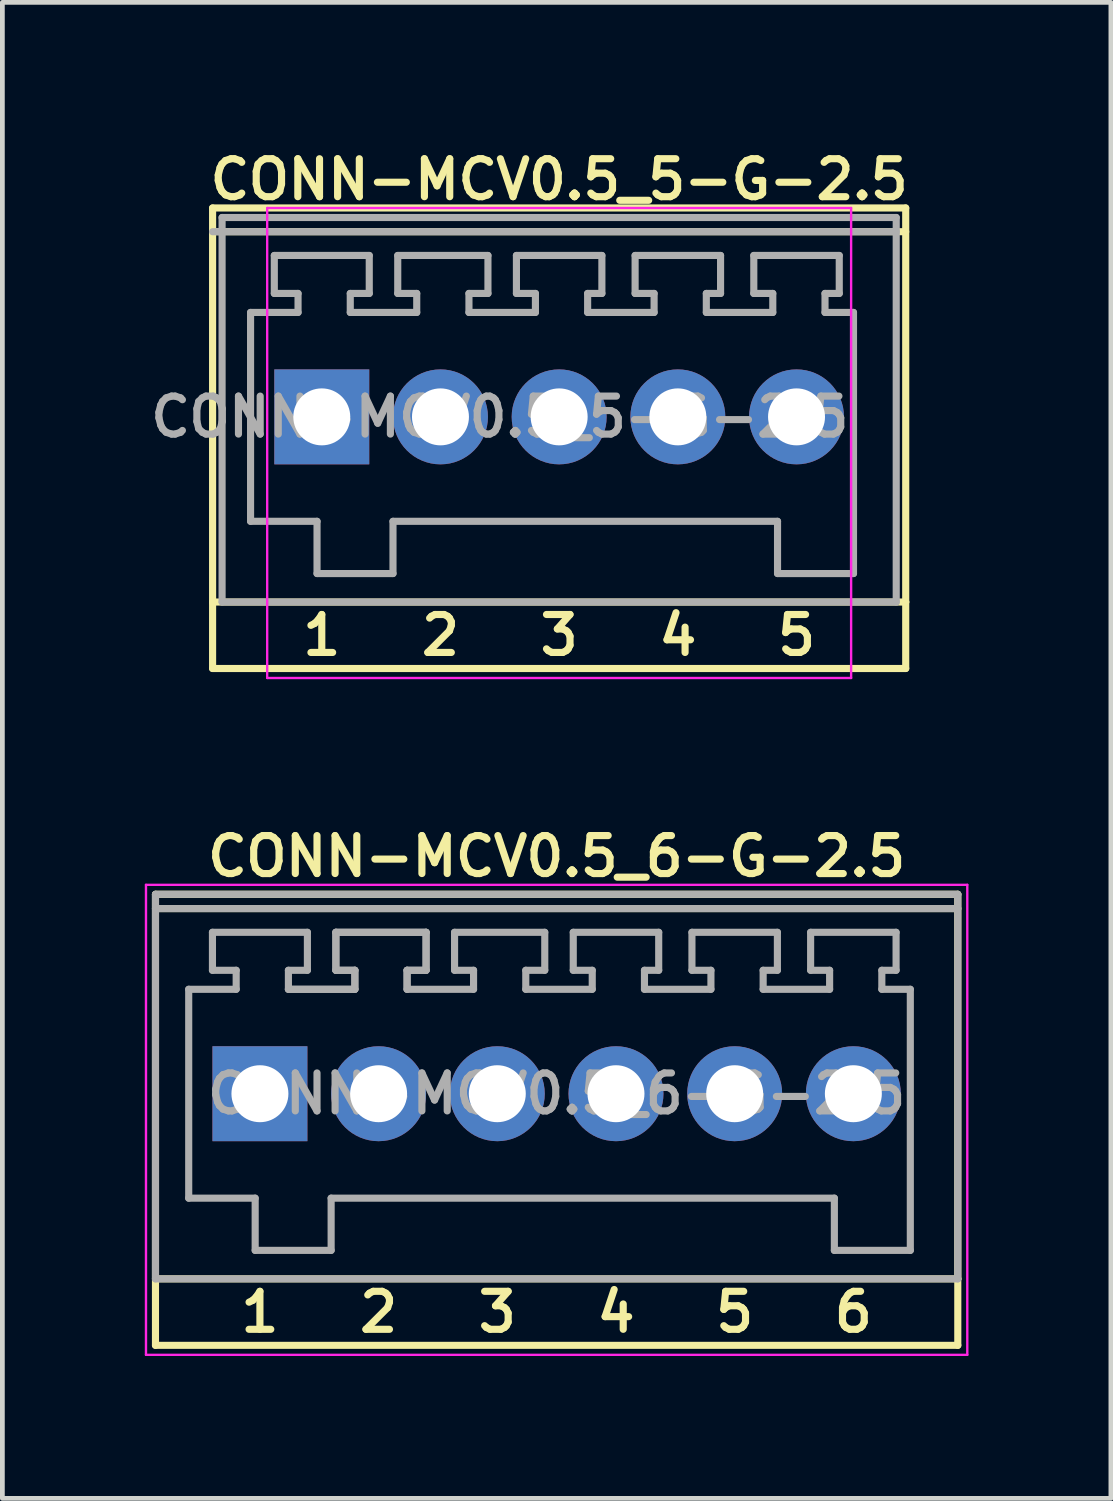
<source format=kicad_pcb>
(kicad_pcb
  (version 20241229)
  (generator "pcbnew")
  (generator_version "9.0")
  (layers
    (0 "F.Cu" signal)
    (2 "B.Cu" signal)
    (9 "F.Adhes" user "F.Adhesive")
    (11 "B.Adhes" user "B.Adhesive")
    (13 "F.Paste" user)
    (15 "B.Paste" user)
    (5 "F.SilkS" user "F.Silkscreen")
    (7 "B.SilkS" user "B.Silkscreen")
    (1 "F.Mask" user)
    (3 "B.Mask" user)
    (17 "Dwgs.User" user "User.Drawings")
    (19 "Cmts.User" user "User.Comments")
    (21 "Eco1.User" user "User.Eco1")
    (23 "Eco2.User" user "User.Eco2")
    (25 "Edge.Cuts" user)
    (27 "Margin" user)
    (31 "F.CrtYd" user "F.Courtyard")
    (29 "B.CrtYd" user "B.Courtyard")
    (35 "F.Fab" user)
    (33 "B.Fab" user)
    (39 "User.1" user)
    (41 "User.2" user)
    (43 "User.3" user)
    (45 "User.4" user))
  (footprint "CONN-MCV0.5_5-G-2.5"
    (layer "F.Cu")
    (at 8.728 5.731)
    (property "Reference" "CONN-MCV0.5_5-G-2.5" (at 0 -5 0) (layer "F.SilkS") (effects (font (size 0.8 0.8) (thickness 0.15))))
    (attr through_hole)
    (fp_line (start -7.3 -4.4) (end -7.3 3.9) (stroke (width 0.15) (type solid)) (layer "F.SilkS"))
    (fp_line (start -7.3 -3.9) (end 7.3 -3.9) (stroke (width 0.15) (type solid)) (layer "F.SilkS"))
    (fp_line (start -7.3 3.9) (end -7.3 5.3) (stroke (width 0.15) (type solid)) (layer "F.SilkS"))
    (fp_line (start -7.3 3.9) (end 7.3 3.9) (stroke (width 0.15) (type solid)) (layer "F.SilkS"))
    (fp_line (start -7.3 5.3) (end 7.3 5.3) (stroke (width 0.15) (type solid)) (layer "F.SilkS"))
    (fp_line (start 7.3 -4.4) (end -7.3 -4.4) (stroke (width 0.15) (type solid)) (layer "F.SilkS"))
    (fp_line (start 7.3 3.9) (end 7.3 -4.4) (stroke (width 0.15) (type solid)) (layer "F.SilkS"))
    (fp_line (start 7.3 5.3) (end 7.3 3.9) (stroke (width 0.15) (type solid)) (layer "F.SilkS"))
    (fp_line (start -6.15 -4.4) (end 6.15 -4.4) (stroke (width 0.05) (type solid)) (layer "F.CrtYd"))
    (fp_line (start -6.15 5.5) (end -6.15 -4.4) (stroke (width 0.05) (type solid)) (layer "F.CrtYd"))
    (fp_line (start 6.15 -4.4) (end 6.15 5.5) (stroke (width 0.05) (type solid)) (layer "F.CrtYd"))
    (fp_line (start 6.15 5.5) (end -6.15 5.5) (stroke (width 0.05) (type solid)) (layer "F.CrtYd"))
    (fp_line (start -7.3 -3.9) (end 7.1 -3.9) (stroke (width 0.15) (type solid)) (layer "F.Fab"))
    (fp_line (start -7.1 -4.2) (end -7.1 3.9) (stroke (width 0.15) (type solid)) (layer "F.Fab"))
    (fp_line (start -7.1 3.9) (end 7.1 3.9) (stroke (width 0.15) (type solid)) (layer "F.Fab"))
    (fp_line (start -6.5 -2.2) (end -5.5 -2.2) (stroke (width 0.15) (type solid)) (layer "F.Fab"))
    (fp_line (start -6.5 2.2) (end -6.5 -2.2) (stroke (width 0.15) (type solid)) (layer "F.Fab"))
    (fp_line (start -6 -3.4) (end -4 -3.4) (stroke (width 0.15) (type solid)) (layer "F.Fab"))
    (fp_line (start -6 -2.6) (end -6 -3.4) (stroke (width 0.15) (type solid)) (layer "F.Fab"))
    (fp_line (start -5.5 -2.6) (end -6 -2.6) (stroke (width 0.15) (type solid)) (layer "F.Fab"))
    (fp_line (start -5.5 -2.2) (end -5.5 -2.6) (stroke (width 0.15) (type solid)) (layer "F.Fab"))
    (fp_line (start -5.1 2.2) (end -6.5 2.2) (stroke (width 0.15) (type solid)) (layer "F.Fab"))
    (fp_line (start -5.1 3.3) (end -5.1 2.2) (stroke (width 0.15) (type solid)) (layer "F.Fab"))
    (fp_line (start -4.4 -2.6) (end -4.4 -2.2) (stroke (width 0.15) (type solid)) (layer "F.Fab"))
    (fp_line (start -4.4 -2.2) (end -3 -2.2) (stroke (width 0.15) (type solid)) (layer "F.Fab"))
    (fp_line (start -4 -3.4) (end -4 -2.6) (stroke (width 0.15) (type solid)) (layer "F.Fab"))
    (fp_line (start -4 -2.6) (end -4.4 -2.6) (stroke (width 0.15) (type solid)) (layer "F.Fab"))
    (fp_line (start -3.5 2.2) (end -3.5 3.3) (stroke (width 0.15) (type solid)) (layer "F.Fab"))
    (fp_line (start -3.5 2.2) (end 4.6 2.2) (stroke (width 0.15) (type solid)) (layer "F.Fab"))
    (fp_line (start -3.5 3.3) (end -5.1 3.3) (stroke (width 0.15) (type solid)) (layer "F.Fab"))
    (fp_line (start -3.4 -3.4) (end -1.5 -3.4) (stroke (width 0.15) (type solid)) (layer "F.Fab"))
    (fp_line (start -3.4 -2.6) (end -3.4 -3.4) (stroke (width 0.15) (type solid)) (layer "F.Fab"))
    (fp_line (start -3 -2.6) (end -3.4 -2.6) (stroke (width 0.15) (type solid)) (layer "F.Fab"))
    (fp_line (start -3 -2.2) (end -3 -2.6) (stroke (width 0.15) (type solid)) (layer "F.Fab"))
    (fp_line (start -1.9 -2.6) (end -1.9 -2.2) (stroke (width 0.15) (type solid)) (layer "F.Fab"))
    (fp_line (start -1.9 -2.2) (end -0.5 -2.2) (stroke (width 0.15) (type solid)) (layer "F.Fab"))
    (fp_line (start -1.5 -3.4) (end -1.5 -2.6) (stroke (width 0.15) (type solid)) (layer "F.Fab"))
    (fp_line (start -1.5 -2.6) (end -1.9 -2.6) (stroke (width 0.15) (type solid)) (layer "F.Fab"))
    (fp_line (start -0.9 -3.4) (end 0.9 -3.4) (stroke (width 0.15) (type solid)) (layer "F.Fab"))
    (fp_line (start -0.9 -2.6) (end -0.9 -3.4) (stroke (width 0.15) (type solid)) (layer "F.Fab"))
    (fp_line (start -0.5 -2.6) (end -0.9 -2.6) (stroke (width 0.15) (type solid)) (layer "F.Fab"))
    (fp_line (start -0.5 -2.2) (end -0.5 -2.6) (stroke (width 0.15) (type solid)) (layer "F.Fab"))
    (fp_line (start 0.6 -2.6) (end 0.9 -2.6) (stroke (width 0.15) (type solid)) (layer "F.Fab"))
    (fp_line (start 0.6 -2.2) (end 0.6 -2.6) (stroke (width 0.15) (type solid)) (layer "F.Fab"))
    (fp_line (start 0.6 -2.2) (end 2 -2.2) (stroke (width 0.15) (type solid)) (layer "F.Fab"))
    (fp_line (start 0.9 -2.6) (end 0.9 -3.4) (stroke (width 0.15) (type solid)) (layer "F.Fab"))
    (fp_line (start 1.6 -3.4) (end 3.4 -3.4) (stroke (width 0.15) (type solid)) (layer "F.Fab"))
    (fp_line (start 1.6 -2.6) (end 1.6 -3.4) (stroke (width 0.15) (type solid)) (layer "F.Fab"))
    (fp_line (start 2 -2.6) (end 1.6 -2.6) (stroke (width 0.15) (type solid)) (layer "F.Fab"))
    (fp_line (start 2 -2.2) (end 2 -2.6) (stroke (width 0.15) (type solid)) (layer "F.Fab"))
    (fp_line (start 3.1 -2.6) (end 3.4 -2.6) (stroke (width 0.15) (type solid)) (layer "F.Fab"))
    (fp_line (start 3.1 -2.2) (end 3.1 -2.6) (stroke (width 0.15) (type solid)) (layer "F.Fab"))
    (fp_line (start 3.1 -2.2) (end 4.5 -2.2) (stroke (width 0.15) (type solid)) (layer "F.Fab"))
    (fp_line (start 3.4 -2.6) (end 3.4 -3.4) (stroke (width 0.15) (type solid)) (layer "F.Fab"))
    (fp_line (start 4.1 -3.4) (end 5.9 -3.4) (stroke (width 0.15) (type solid)) (layer "F.Fab"))
    (fp_line (start 4.1 -2.6) (end 4.1 -3.4) (stroke (width 0.15) (type solid)) (layer "F.Fab"))
    (fp_line (start 4.5 -2.6) (end 4.1 -2.6) (stroke (width 0.15) (type solid)) (layer "F.Fab"))
    (fp_line (start 4.5 -2.2) (end 4.5 -2.6) (stroke (width 0.15) (type solid)) (layer "F.Fab"))
    (fp_line (start 4.6 3.3) (end 4.6 2.2) (stroke (width 0.15) (type solid)) (layer "F.Fab"))
    (fp_line (start 5.6 -2.6) (end 5.9 -2.6) (stroke (width 0.15) (type solid)) (layer "F.Fab"))
    (fp_line (start 5.6 -2.2) (end 5.6 -2.6) (stroke (width 0.15) (type solid)) (layer "F.Fab"))
    (fp_line (start 5.9 -2.6) (end 5.9 -3.4) (stroke (width 0.15) (type solid)) (layer "F.Fab"))
    (fp_line (start 6.2 -2.2) (end 5.6 -2.2) (stroke (width 0.15) (type solid)) (layer "F.Fab"))
    (fp_line (start 6.2 -2.2) (end 6.2 3.3) (stroke (width 0.15) (type solid)) (layer "F.Fab"))
    (fp_line (start 6.2 3.3) (end 4.6 3.3) (stroke (width 0.15) (type solid)) (layer "F.Fab"))
    (fp_line (start 7.1 -4.2) (end -7.1 -4.2) (stroke (width 0.15) (type solid)) (layer "F.Fab"))
    (fp_line (start 7.1 3.9) (end 7.1 -4.2) (stroke (width 0.15) (type solid)) (layer "F.Fab"))
    (fp_text user "2" (at -2.5 4.6 0) (layer "F.SilkS") (effects (font (size 0.8 0.8) (thickness 0.15))))
    (fp_text user "3" (at 0 4.6 0) (layer "F.SilkS") (effects (font (size 0.8 0.8) (thickness 0.15))))
    (fp_text user "4" (at 2.5 4.6 0) (layer "F.SilkS") (effects (font (size 0.8 0.8) (thickness 0.15))))
    (fp_text user "5" (at 5 4.6 0) (layer "F.SilkS") (effects (font (size 0.8 0.8) (thickness 0.15))))
    (fp_text user "1" (at -5 4.6 0) (layer "F.SilkS") (effects (font (size 0.8 0.8) (thickness 0.15))))
    (fp_text user "${REFERENCE}" (at -1.25 0 0) (layer "F.Fab") (effects (font (size 0.8 0.8) (thickness 0.15))))
    (pad "1" thru_hole rect (at -5 0) (size 2 2) (drill 1.2) (layers "*.Cu" "*.Mask"))
    (pad "2" thru_hole circle (at -2.5 0) (size 2 2) (drill 1.2) (layers "*.Cu" "*.Mask"))
    (pad "3" thru_hole circle (at 0 0) (size 2 2) (drill 1.2) (layers "*.Cu" "*.Mask"))
    (pad "4" thru_hole circle (at 2.5 0) (size 2 2) (drill 1.2) (layers "*.Cu" "*.Mask"))
    (pad "5" thru_hole circle (at 5 0) (size 2 2) (drill 1.2) (layers "*.Cu" "*.Mask")))
  (footprint "CONN-MCV0.5_6-G-2.5"
    (layer "F.Cu")
    (at 8.675 19.988)
    (property "Reference" "CONN-MCV0.5_6-G-2.5" (at 0 -5 0) (layer "F.SilkS") (effects (font (size 0.8 0.8) (thickness 0.15))))
    (attr through_hole)
    (fp_line (start -8.45 -4.2) (end -8.45 3.9) (stroke (width 0.15) (type solid)) (layer "F.SilkS"))
    (fp_line (start -8.45 -3.9) (end 8.45 -3.9) (stroke (width 0.15) (type solid)) (layer "F.SilkS"))
    (fp_line (start -8.45 3.9) (end -8.45 5.3) (stroke (width 0.15) (type solid)) (layer "F.SilkS"))
    (fp_line (start -8.45 5.3) (end 8.45 5.3) (stroke (width 0.15) (type solid)) (layer "F.SilkS"))
    (fp_line (start -8.4 3.9) (end 8.45 3.9) (stroke (width 0.15) (type solid)) (layer "F.SilkS"))
    (fp_line (start 8.45 -4.2) (end -8.45 -4.2) (stroke (width 0.15) (type solid)) (layer "F.SilkS"))
    (fp_line (start 8.45 3.9) (end 8.45 -4.2) (stroke (width 0.15) (type solid)) (layer "F.SilkS"))
    (fp_line (start 8.45 5.3) (end 8.45 3.9) (stroke (width 0.15) (type solid)) (layer "F.SilkS"))
    (fp_line (start -8.65 -4.4) (end 8.65 -4.4) (stroke (width 0.05) (type solid)) (layer "F.CrtYd"))
    (fp_line (start -8.65 5.5) (end -8.65 -4.4) (stroke (width 0.05) (type solid)) (layer "F.CrtYd"))
    (fp_line (start 8.65 -4.4) (end 8.65 5.5) (stroke (width 0.05) (type solid)) (layer "F.CrtYd"))
    (fp_line (start 8.65 5.5) (end -8.65 5.5) (stroke (width 0.05) (type solid)) (layer "F.CrtYd"))
    (fp_line (start -8.45 -4.2) (end -8.45 3.9) (stroke (width 0.15) (type solid)) (layer "F.Fab"))
    (fp_line (start -8.45 -3.9) (end 8.45 -3.9) (stroke (width 0.15) (type solid)) (layer "F.Fab"))
    (fp_line (start -8.45 3.9) (end 8.45 3.9) (stroke (width 0.15) (type solid)) (layer "F.Fab"))
    (fp_line (start -7.75 -2.2) (end -6.75 -2.2) (stroke (width 0.15) (type solid)) (layer "F.Fab"))
    (fp_line (start -7.75 2.2) (end -7.75 -2.2) (stroke (width 0.15) (type solid)) (layer "F.Fab"))
    (fp_line (start -7.25 -3.4) (end -5.25 -3.4) (stroke (width 0.15) (type solid)) (layer "F.Fab"))
    (fp_line (start -7.25 -2.6) (end -7.25 -3.4) (stroke (width 0.15) (type solid)) (layer "F.Fab"))
    (fp_line (start -6.75 -2.6) (end -7.25 -2.6) (stroke (width 0.15) (type solid)) (layer "F.Fab"))
    (fp_line (start -6.75 -2.2) (end -6.75 -2.6) (stroke (width 0.15) (type solid)) (layer "F.Fab"))
    (fp_line (start -6.35 2.2) (end -7.75 2.2) (stroke (width 0.15) (type solid)) (layer "F.Fab"))
    (fp_line (start -6.35 3.3) (end -6.35 2.2) (stroke (width 0.15) (type solid)) (layer "F.Fab"))
    (fp_line (start -5.65 -2.6) (end -5.65 -2.2) (stroke (width 0.15) (type solid)) (layer "F.Fab"))
    (fp_line (start -5.65 -2.2) (end -4.25 -2.2) (stroke (width 0.15) (type solid)) (layer "F.Fab"))
    (fp_line (start -5.65 -2.2) (end -4.25 -2.2) (stroke (width 0.15) (type solid)) (layer "F.Fab"))
    (fp_line (start -5.25 -3.4) (end -5.25 -2.6) (stroke (width 0.15) (type solid)) (layer "F.Fab"))
    (fp_line (start -5.25 -2.6) (end -5.65 -2.6) (stroke (width 0.15) (type solid)) (layer "F.Fab"))
    (fp_line (start -4.75 2.2) (end -4.75 3.3) (stroke (width 0.15) (type solid)) (layer "F.Fab"))
    (fp_line (start -4.75 2.2) (end 5.85 2.2) (stroke (width 0.15) (type solid)) (layer "F.Fab"))
    (fp_line (start -4.75 3.3) (end -6.35 3.3) (stroke (width 0.15) (type solid)) (layer "F.Fab"))
    (fp_line (start -4.65 -3.4) (end -2.75 -3.4) (stroke (width 0.15) (type solid)) (layer "F.Fab"))
    (fp_line (start -4.65 -3.4) (end -2.75 -3.4) (stroke (width 0.15) (type solid)) (layer "F.Fab"))
    (fp_line (start -4.65 -2.6) (end -4.65 -3.4) (stroke (width 0.15) (type solid)) (layer "F.Fab"))
    (fp_line (start -4.65 -2.6) (end -4.65 -3.4) (stroke (width 0.15) (type solid)) (layer "F.Fab"))
    (fp_line (start -4.25 -2.6) (end -4.65 -2.6) (stroke (width 0.15) (type solid)) (layer "F.Fab"))
    (fp_line (start -4.25 -2.6) (end -4.65 -2.6) (stroke (width 0.15) (type solid)) (layer "F.Fab"))
    (fp_line (start -4.25 -2.2) (end -4.25 -2.6) (stroke (width 0.15) (type solid)) (layer "F.Fab"))
    (fp_line (start -4.25 -2.2) (end -4.25 -2.6) (stroke (width 0.15) (type solid)) (layer "F.Fab"))
    (fp_line (start -3.15 -2.6) (end -3.15 -2.2) (stroke (width 0.15) (type solid)) (layer "F.Fab"))
    (fp_line (start -3.15 -2.6) (end -3.15 -2.2) (stroke (width 0.15) (type solid)) (layer "F.Fab"))
    (fp_line (start -3.15 -2.2) (end -1.75 -2.2) (stroke (width 0.15) (type solid)) (layer "F.Fab"))
    (fp_line (start -2.75 -3.4) (end -2.75 -2.6) (stroke (width 0.15) (type solid)) (layer "F.Fab"))
    (fp_line (start -2.75 -3.4) (end -2.75 -2.6) (stroke (width 0.15) (type solid)) (layer "F.Fab"))
    (fp_line (start -2.75 -2.6) (end -3.15 -2.6) (stroke (width 0.15) (type solid)) (layer "F.Fab"))
    (fp_line (start -2.75 -2.6) (end -3.15 -2.6) (stroke (width 0.15) (type solid)) (layer "F.Fab"))
    (fp_line (start -2.15 -3.4) (end -0.25 -3.4) (stroke (width 0.15) (type solid)) (layer "F.Fab"))
    (fp_line (start -2.15 -2.6) (end -2.15 -3.4) (stroke (width 0.15) (type solid)) (layer "F.Fab"))
    (fp_line (start -1.75 -2.6) (end -2.15 -2.6) (stroke (width 0.15) (type solid)) (layer "F.Fab"))
    (fp_line (start -1.75 -2.2) (end -1.75 -2.6) (stroke (width 0.15) (type solid)) (layer "F.Fab"))
    (fp_line (start -0.65 -2.6) (end -0.65 -2.2) (stroke (width 0.15) (type solid)) (layer "F.Fab"))
    (fp_line (start -0.65 -2.2) (end 0.75 -2.2) (stroke (width 0.15) (type solid)) (layer "F.Fab"))
    (fp_line (start -0.25 -3.4) (end -0.25 -2.6) (stroke (width 0.15) (type solid)) (layer "F.Fab"))
    (fp_line (start -0.25 -2.6) (end -0.65 -2.6) (stroke (width 0.15) (type solid)) (layer "F.Fab"))
    (fp_line (start 0.35 -3.4) (end 2.15 -3.4) (stroke (width 0.15) (type solid)) (layer "F.Fab"))
    (fp_line (start 0.35 -2.6) (end 0.35 -3.4) (stroke (width 0.15) (type solid)) (layer "F.Fab"))
    (fp_line (start 0.75 -2.6) (end 0.35 -2.6) (stroke (width 0.15) (type solid)) (layer "F.Fab"))
    (fp_line (start 0.75 -2.2) (end 0.75 -2.6) (stroke (width 0.15) (type solid)) (layer "F.Fab"))
    (fp_line (start 1.85 -2.6) (end 2.15 -2.6) (stroke (width 0.15) (type solid)) (layer "F.Fab"))
    (fp_line (start 1.85 -2.2) (end 1.85 -2.6) (stroke (width 0.15) (type solid)) (layer "F.Fab"))
    (fp_line (start 1.85 -2.2) (end 3.25 -2.2) (stroke (width 0.15) (type solid)) (layer "F.Fab"))
    (fp_line (start 2.15 -2.6) (end 2.15 -3.4) (stroke (width 0.15) (type solid)) (layer "F.Fab"))
    (fp_line (start 2.85 -3.4) (end 4.65 -3.4) (stroke (width 0.15) (type solid)) (layer "F.Fab"))
    (fp_line (start 2.85 -2.6) (end 2.85 -3.4) (stroke (width 0.15) (type solid)) (layer "F.Fab"))
    (fp_line (start 3.25 -2.6) (end 2.85 -2.6) (stroke (width 0.15) (type solid)) (layer "F.Fab"))
    (fp_line (start 3.25 -2.2) (end 3.25 -2.6) (stroke (width 0.15) (type solid)) (layer "F.Fab"))
    (fp_line (start 4.35 -2.6) (end 4.65 -2.6) (stroke (width 0.15) (type solid)) (layer "F.Fab"))
    (fp_line (start 4.35 -2.2) (end 4.35 -2.6) (stroke (width 0.15) (type solid)) (layer "F.Fab"))
    (fp_line (start 4.35 -2.2) (end 5.75 -2.2) (stroke (width 0.15) (type solid)) (layer "F.Fab"))
    (fp_line (start 4.65 -2.6) (end 4.65 -3.4) (stroke (width 0.15) (type solid)) (layer "F.Fab"))
    (fp_line (start 5.35 -3.4) (end 7.15 -3.4) (stroke (width 0.15) (type solid)) (layer "F.Fab"))
    (fp_line (start 5.35 -2.6) (end 5.35 -3.4) (stroke (width 0.15) (type solid)) (layer "F.Fab"))
    (fp_line (start 5.75 -2.6) (end 5.35 -2.6) (stroke (width 0.15) (type solid)) (layer "F.Fab"))
    (fp_line (start 5.75 -2.2) (end 5.75 -2.6) (stroke (width 0.15) (type solid)) (layer "F.Fab"))
    (fp_line (start 5.85 3.3) (end 5.85 2.2) (stroke (width 0.15) (type solid)) (layer "F.Fab"))
    (fp_line (start 6.85 -2.6) (end 7.15 -2.6) (stroke (width 0.15) (type solid)) (layer "F.Fab"))
    (fp_line (start 6.85 -2.2) (end 6.85 -2.6) (stroke (width 0.15) (type solid)) (layer "F.Fab"))
    (fp_line (start 7.15 -2.6) (end 7.15 -3.4) (stroke (width 0.15) (type solid)) (layer "F.Fab"))
    (fp_line (start 7.45 -2.2) (end 6.85 -2.2) (stroke (width 0.15) (type solid)) (layer "F.Fab"))
    (fp_line (start 7.45 -2.2) (end 7.45 3.3) (stroke (width 0.15) (type solid)) (layer "F.Fab"))
    (fp_line (start 7.45 3.3) (end 5.85 3.3) (stroke (width 0.15) (type solid)) (layer "F.Fab"))
    (fp_line (start 8.45 -4.2) (end -8.45 -4.2) (stroke (width 0.15) (type solid)) (layer "F.Fab"))
    (fp_line (start 8.45 3.9) (end 8.45 -4.2) (stroke (width 0.15) (type solid)) (layer "F.Fab"))
    (fp_text user "4" (at 1.25 4.6 0) (layer "F.SilkS") (effects (font (size 0.8 0.8) (thickness 0.15))))
    (fp_text user "2" (at -3.75 4.6 0) (layer "F.SilkS") (effects (font (size 0.8 0.8) (thickness 0.15))))
    (fp_text user "5" (at 3.75 4.6 0) (layer "F.SilkS") (effects (font (size 0.8 0.8) (thickness 0.15))))
    (fp_text user "6" (at 6.25 4.6 0) (layer "F.SilkS") (effects (font (size 0.8 0.8) (thickness 0.15))))
    (fp_text user "1" (at -6.25 4.6 0) (layer "F.SilkS") (effects (font (size 0.8 0.8) (thickness 0.15))))
    (fp_text user "3" (at -1.25 4.6 0) (layer "F.SilkS") (effects (font (size 0.8 0.8) (thickness 0.15))))
    (fp_text user "${REFERENCE}" (at 0 0 0) (layer "F.Fab") (effects (font (size 0.8 0.8) (thickness 0.15))))
    (pad "1" thru_hole rect (at -6.25 0) (size 2 2) (drill 1.2) (layers "*.Cu" "*.Mask"))
    (pad "2" thru_hole circle (at -3.75 0) (size 2 2) (drill 1.2) (layers "*.Cu" "*.Mask"))
    (pad "3" thru_hole circle (at -1.25 0) (size 2 2) (drill 1.2) (layers "*.Cu" "*.Mask"))
    (pad "4" thru_hole circle (at 1.25 0) (size 2 2) (drill 1.2) (layers "*.Cu" "*.Mask"))
    (pad "5" thru_hole circle (at 3.75 0) (size 2 2) (drill 1.2) (layers "*.Cu" "*.Mask"))
    (pad "6" thru_hole circle (at 6.25 0) (size 2 2) (drill 1.2) (layers "*.Cu" "*.Mask")))
  (gr_rect
    (start -3 -3)
    (end 20.35 28.512)
    (stroke (width 0.1) (type default))
    (fill no)
    (layer "Edge.Cuts")))
</source>
